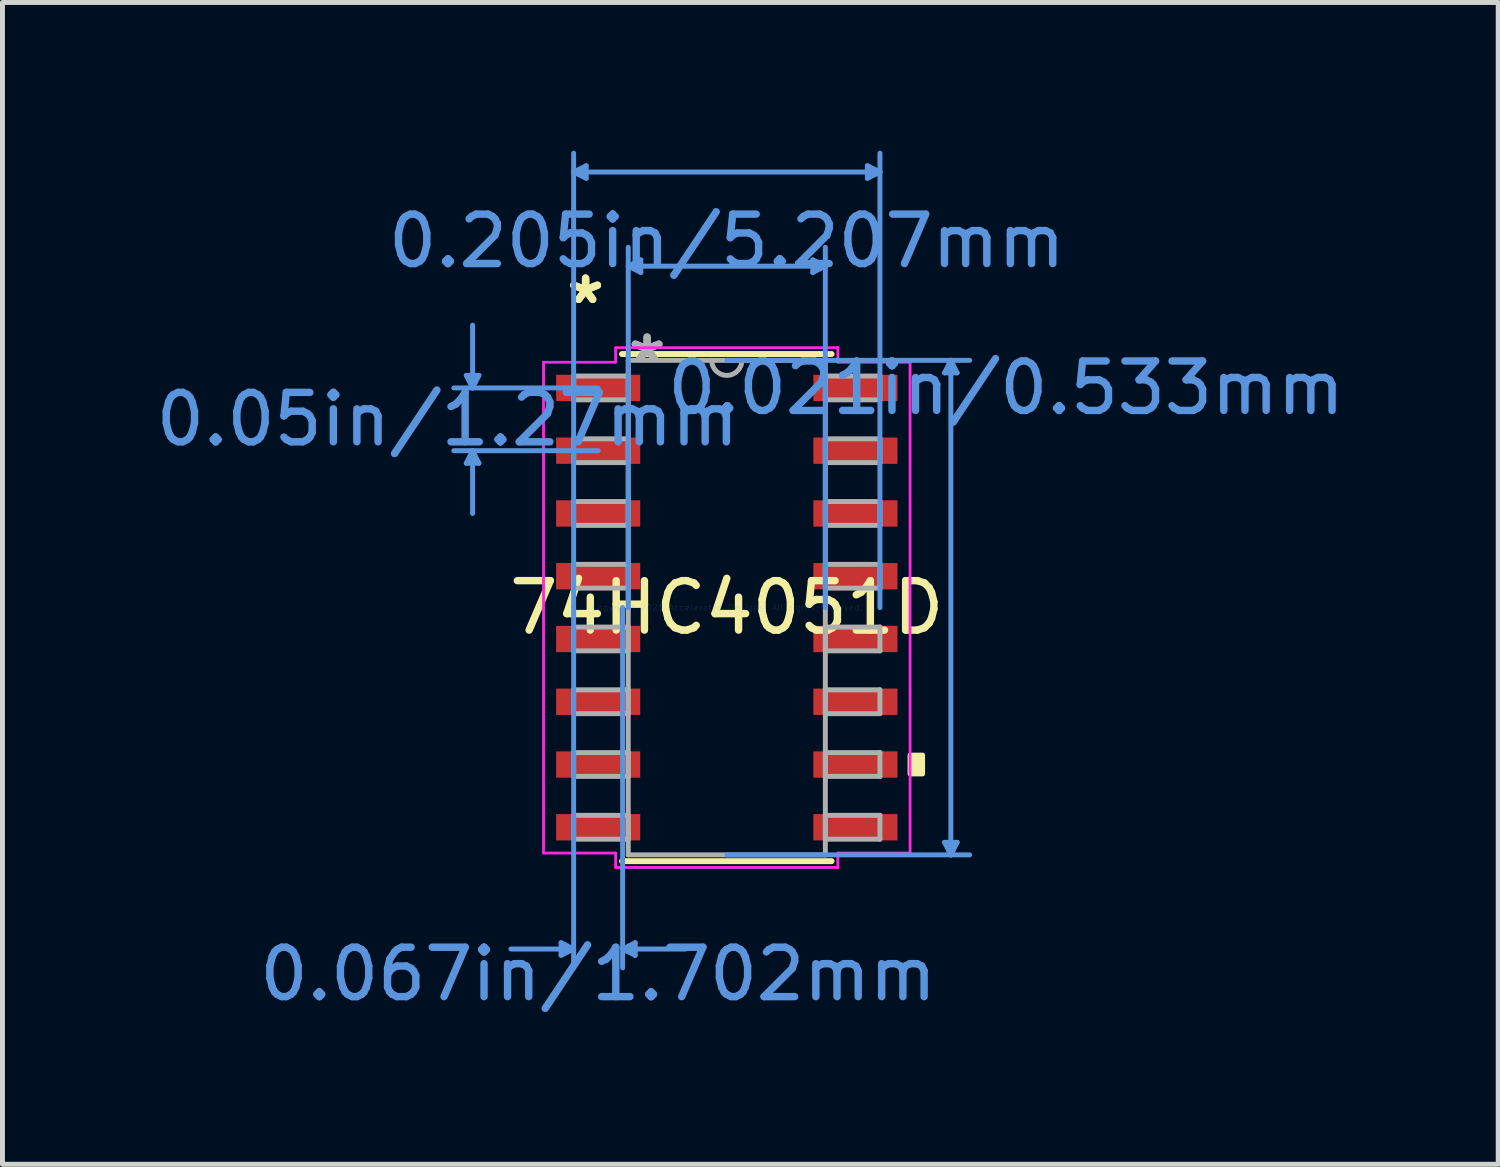
<source format=kicad_pcb>
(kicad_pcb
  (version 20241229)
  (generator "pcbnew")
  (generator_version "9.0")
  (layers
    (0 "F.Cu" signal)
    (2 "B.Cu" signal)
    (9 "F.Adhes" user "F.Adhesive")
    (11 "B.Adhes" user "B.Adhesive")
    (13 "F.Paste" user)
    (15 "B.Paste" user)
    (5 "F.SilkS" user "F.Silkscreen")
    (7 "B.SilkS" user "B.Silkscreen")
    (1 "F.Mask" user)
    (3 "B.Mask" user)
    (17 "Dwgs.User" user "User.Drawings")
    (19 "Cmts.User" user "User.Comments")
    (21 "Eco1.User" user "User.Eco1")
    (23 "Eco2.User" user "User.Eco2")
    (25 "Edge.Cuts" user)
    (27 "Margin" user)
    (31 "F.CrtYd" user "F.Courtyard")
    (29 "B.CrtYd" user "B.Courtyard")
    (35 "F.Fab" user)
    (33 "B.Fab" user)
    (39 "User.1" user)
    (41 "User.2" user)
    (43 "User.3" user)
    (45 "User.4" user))
  (footprint "74HC4051D"
    (layer "F.Cu")
    (at 11.657 9.245)
    (property "Reference" "74HC4051D" (at 0 0 0) (layer "F.SilkS") (effects (font (size 1 1) (thickness 0.15))))
    (attr through_hole)
    (fp_line (start -2.121 5.131) (end 2.121 5.131) (stroke (width 0.12) (type solid)) (layer "F.SilkS"))
    (fp_line (start 2.121 -5.131) (end -2.121 -5.131) (stroke (width 0.12) (type solid)) (layer "F.SilkS"))
    (fp_poly (pts (xy 3.962 2.985) (xy 3.962 3.365) (xy 3.708 3.365) (xy 3.708 2.985)) (stroke (width 0.1) (type solid)) (fill yes) (layer "F.SilkS"))
    (fp_line (start -5.271 -4.699) (end -5.016 -4.699) (stroke (width 0.1) (type solid)) (layer "Cmts.User"))
    (fp_line (start -5.271 -2.921) (end -5.016 -2.921) (stroke (width 0.1) (type solid)) (layer "Cmts.User"))
    (fp_line (start -5.144 -4.445) (end -5.271 -4.699) (stroke (width 0.1) (type solid)) (layer "Cmts.User"))
    (fp_line (start -5.144 -4.445) (end -5.144 -5.715) (stroke (width 0.1) (type solid)) (layer "Cmts.User"))
    (fp_line (start -5.144 -4.445) (end -5.016 -4.699) (stroke (width 0.1) (type solid)) (layer "Cmts.User"))
    (fp_line (start -5.144 -3.175) (end -5.271 -2.921) (stroke (width 0.1) (type solid)) (layer "Cmts.User"))
    (fp_line (start -5.144 -3.175) (end -5.144 -1.905) (stroke (width 0.1) (type solid)) (layer "Cmts.User"))
    (fp_line (start -5.144 -3.175) (end -5.016 -2.921) (stroke (width 0.1) (type solid)) (layer "Cmts.User"))
    (fp_line (start -3.353 6.782) (end -3.353 7.036) (stroke (width 0.1) (type solid)) (layer "Cmts.User"))
    (fp_line (start -3.099 -8.814) (end -2.845 -8.941) (stroke (width 0.1) (type solid)) (layer "Cmts.User"))
    (fp_line (start -3.099 -8.814) (end -2.845 -8.687) (stroke (width 0.1) (type solid)) (layer "Cmts.User"))
    (fp_line (start -3.099 -8.814) (end 3.099 -8.814) (stroke (width 0.1) (type solid)) (layer "Cmts.User"))
    (fp_line (start -3.099 0) (end -3.099 -9.195) (stroke (width 0.1) (type solid)) (layer "Cmts.User"))
    (fp_line (start -3.099 0) (end -3.099 7.29) (stroke (width 0.1) (type solid)) (layer "Cmts.User"))
    (fp_line (start -3.099 6.909) (end -4.369 6.909) (stroke (width 0.1) (type solid)) (layer "Cmts.User"))
    (fp_line (start -3.099 6.909) (end -3.353 6.782) (stroke (width 0.1) (type solid)) (layer "Cmts.User"))
    (fp_line (start -3.099 6.909) (end -3.353 7.036) (stroke (width 0.1) (type solid)) (layer "Cmts.User"))
    (fp_line (start -2.845 -8.941) (end -2.845 -8.687) (stroke (width 0.1) (type solid)) (layer "Cmts.User"))
    (fp_line (start -2.603 -4.445) (end -5.524 -4.445) (stroke (width 0.1) (type solid)) (layer "Cmts.User"))
    (fp_line (start -2.603 -3.175) (end -5.524 -3.175) (stroke (width 0.1) (type solid)) (layer "Cmts.User"))
    (fp_line (start -2.108 0) (end -2.108 7.29) (stroke (width 0.1) (type solid)) (layer "Cmts.User"))
    (fp_line (start -2.108 6.909) (end -1.854 6.782) (stroke (width 0.1) (type solid)) (layer "Cmts.User"))
    (fp_line (start -2.108 6.909) (end -1.854 7.036) (stroke (width 0.1) (type solid)) (layer "Cmts.User"))
    (fp_line (start -2.108 6.909) (end -0.838 6.909) (stroke (width 0.1) (type solid)) (layer "Cmts.User"))
    (fp_line (start -1.994 -6.909) (end -1.74 -7.036) (stroke (width 0.1) (type solid)) (layer "Cmts.User"))
    (fp_line (start -1.994 -6.909) (end -1.74 -6.782) (stroke (width 0.1) (type solid)) (layer "Cmts.User"))
    (fp_line (start -1.994 -6.909) (end 1.994 -6.909) (stroke (width 0.1) (type solid)) (layer "Cmts.User"))
    (fp_line (start -1.994 0) (end -1.994 -7.29) (stroke (width 0.1) (type solid)) (layer "Cmts.User"))
    (fp_line (start -1.854 6.782) (end -1.854 7.036) (stroke (width 0.1) (type solid)) (layer "Cmts.User"))
    (fp_line (start -1.74 -7.036) (end -1.74 -6.782) (stroke (width 0.1) (type solid)) (layer "Cmts.User"))
    (fp_line (start 0 -5.004) (end 4.915 -5.004) (stroke (width 0.1) (type solid)) (layer "Cmts.User"))
    (fp_line (start 0 5.004) (end 4.915 5.004) (stroke (width 0.1) (type solid)) (layer "Cmts.User"))
    (fp_line (start 1.74 -7.036) (end 1.74 -6.782) (stroke (width 0.1) (type solid)) (layer "Cmts.User"))
    (fp_line (start 1.994 -6.909) (end 1.74 -7.036) (stroke (width 0.1) (type solid)) (layer "Cmts.User"))
    (fp_line (start 1.994 -6.909) (end 1.74 -6.782) (stroke (width 0.1) (type solid)) (layer "Cmts.User"))
    (fp_line (start 1.994 0) (end 1.994 -7.29) (stroke (width 0.1) (type solid)) (layer "Cmts.User"))
    (fp_line (start 2.845 -8.941) (end 2.845 -8.687) (stroke (width 0.1) (type solid)) (layer "Cmts.User"))
    (fp_line (start 3.099 -8.814) (end 2.845 -8.941) (stroke (width 0.1) (type solid)) (layer "Cmts.User"))
    (fp_line (start 3.099 -8.814) (end 2.845 -8.687) (stroke (width 0.1) (type solid)) (layer "Cmts.User"))
    (fp_line (start 3.099 0) (end 3.099 -9.195) (stroke (width 0.1) (type solid)) (layer "Cmts.User"))
    (fp_line (start 4.407 -4.75) (end 4.661 -4.75) (stroke (width 0.1) (type solid)) (layer "Cmts.User"))
    (fp_line (start 4.407 4.75) (end 4.661 4.75) (stroke (width 0.1) (type solid)) (layer "Cmts.User"))
    (fp_line (start 4.534 -5.004) (end 4.407 -4.75) (stroke (width 0.1) (type solid)) (layer "Cmts.User"))
    (fp_line (start 4.534 -5.004) (end 4.534 5.004) (stroke (width 0.1) (type solid)) (layer "Cmts.User"))
    (fp_line (start 4.534 -5.004) (end 4.661 -4.75) (stroke (width 0.1) (type solid)) (layer "Cmts.User"))
    (fp_line (start 4.534 5.004) (end 4.407 4.75) (stroke (width 0.1) (type solid)) (layer "Cmts.User"))
    (fp_line (start 4.534 5.004) (end 4.661 4.75) (stroke (width 0.1) (type solid)) (layer "Cmts.User"))
    (fp_line (start -3.708 -4.966) (end -2.248 -4.966) (stroke (width 0.05) (type solid)) (layer "F.CrtYd"))
    (fp_line (start -3.708 -4.966) (end -2.248 -4.966) (stroke (width 0.05) (type solid)) (layer "F.CrtYd"))
    (fp_line (start -3.708 4.966) (end -3.708 -4.966) (stroke (width 0.05) (type solid)) (layer "F.CrtYd"))
    (fp_line (start -3.708 4.966) (end -3.708 -4.966) (stroke (width 0.05) (type solid)) (layer "F.CrtYd"))
    (fp_line (start -3.708 4.966) (end -2.248 4.966) (stroke (width 0.05) (type solid)) (layer "F.CrtYd"))
    (fp_line (start -2.248 -5.258) (end 2.248 -5.258) (stroke (width 0.05) (type solid)) (layer "F.CrtYd"))
    (fp_line (start -2.248 -5.258) (end 2.248 -5.258) (stroke (width 0.05) (type solid)) (layer "F.CrtYd"))
    (fp_line (start -2.248 -4.966) (end -2.248 -5.258) (stroke (width 0.05) (type solid)) (layer "F.CrtYd"))
    (fp_line (start -2.248 -4.966) (end -2.248 -5.258) (stroke (width 0.05) (type solid)) (layer "F.CrtYd"))
    (fp_line (start -2.248 4.966) (end -3.708 4.966) (stroke (width 0.05) (type solid)) (layer "F.CrtYd"))
    (fp_line (start -2.248 5.258) (end -2.248 4.966) (stroke (width 0.05) (type solid)) (layer "F.CrtYd"))
    (fp_line (start -2.248 5.258) (end -2.248 4.966) (stroke (width 0.05) (type solid)) (layer "F.CrtYd"))
    (fp_line (start 2.248 -5.258) (end 2.248 -4.966) (stroke (width 0.05) (type solid)) (layer "F.CrtYd"))
    (fp_line (start 2.248 -5.258) (end 2.248 -4.966) (stroke (width 0.05) (type solid)) (layer "F.CrtYd"))
    (fp_line (start 2.248 -4.966) (end 3.708 -4.966) (stroke (width 0.05) (type solid)) (layer "F.CrtYd"))
    (fp_line (start 2.248 4.966) (end 2.248 5.258) (stroke (width 0.05) (type solid)) (layer "F.CrtYd"))
    (fp_line (start 2.248 4.966) (end 2.248 5.258) (stroke (width 0.05) (type solid)) (layer "F.CrtYd"))
    (fp_line (start 2.248 5.258) (end -2.248 5.258) (stroke (width 0.05) (type solid)) (layer "F.CrtYd"))
    (fp_line (start 2.248 5.258) (end -2.248 5.258) (stroke (width 0.05) (type solid)) (layer "F.CrtYd"))
    (fp_line (start 3.708 -4.966) (end 2.248 -4.966) (stroke (width 0.05) (type solid)) (layer "F.CrtYd"))
    (fp_line (start 3.708 -4.966) (end 3.708 4.966) (stroke (width 0.05) (type solid)) (layer "F.CrtYd"))
    (fp_line (start 3.708 -4.966) (end 3.708 4.966) (stroke (width 0.05) (type solid)) (layer "F.CrtYd"))
    (fp_line (start 3.708 4.966) (end 2.248 4.966) (stroke (width 0.05) (type solid)) (layer "F.CrtYd"))
    (fp_line (start 3.708 4.966) (end 2.248 4.966) (stroke (width 0.05) (type solid)) (layer "F.CrtYd"))
    (fp_line (start -3.099 -4.686) (end -3.099 -4.204) (stroke (width 0.1) (type solid)) (layer "F.Fab"))
    (fp_line (start -3.099 -4.204) (end -1.994 -4.204) (stroke (width 0.1) (type solid)) (layer "F.Fab"))
    (fp_line (start -3.099 -3.416) (end -3.099 -2.934) (stroke (width 0.1) (type solid)) (layer "F.Fab"))
    (fp_line (start -3.099 -2.934) (end -1.994 -2.934) (stroke (width 0.1) (type solid)) (layer "F.Fab"))
    (fp_line (start -3.099 -2.146) (end -3.099 -1.664) (stroke (width 0.1) (type solid)) (layer "F.Fab"))
    (fp_line (start -3.099 -1.664) (end -1.994 -1.664) (stroke (width 0.1) (type solid)) (layer "F.Fab"))
    (fp_line (start -3.099 -0.876) (end -3.099 -0.394) (stroke (width 0.1) (type solid)) (layer "F.Fab"))
    (fp_line (start -3.099 -0.394) (end -1.994 -0.394) (stroke (width 0.1) (type solid)) (layer "F.Fab"))
    (fp_line (start -3.099 0.394) (end -3.099 0.876) (stroke (width 0.1) (type solid)) (layer "F.Fab"))
    (fp_line (start -3.099 0.876) (end -1.994 0.876) (stroke (width 0.1) (type solid)) (layer "F.Fab"))
    (fp_line (start -3.099 1.664) (end -3.099 2.146) (stroke (width 0.1) (type solid)) (layer "F.Fab"))
    (fp_line (start -3.099 2.146) (end -1.994 2.146) (stroke (width 0.1) (type solid)) (layer "F.Fab"))
    (fp_line (start -3.099 2.934) (end -3.099 3.416) (stroke (width 0.1) (type solid)) (layer "F.Fab"))
    (fp_line (start -3.099 3.416) (end -1.994 3.416) (stroke (width 0.1) (type solid)) (layer "F.Fab"))
    (fp_line (start -3.099 4.204) (end -3.099 4.686) (stroke (width 0.1) (type solid)) (layer "F.Fab"))
    (fp_line (start -3.099 4.686) (end -1.994 4.686) (stroke (width 0.1) (type solid)) (layer "F.Fab"))
    (fp_line (start -1.994 -5.004) (end -1.994 5.004) (stroke (width 0.1) (type solid)) (layer "F.Fab"))
    (fp_line (start -1.994 -4.686) (end -3.099 -4.686) (stroke (width 0.1) (type solid)) (layer "F.Fab"))
    (fp_line (start -1.994 -4.204) (end -1.994 -4.686) (stroke (width 0.1) (type solid)) (layer "F.Fab"))
    (fp_line (start -1.994 -3.416) (end -3.099 -3.416) (stroke (width 0.1) (type solid)) (layer "F.Fab"))
    (fp_line (start -1.994 -2.934) (end -1.994 -3.416) (stroke (width 0.1) (type solid)) (layer "F.Fab"))
    (fp_line (start -1.994 -2.146) (end -3.099 -2.146) (stroke (width 0.1) (type solid)) (layer "F.Fab"))
    (fp_line (start -1.994 -1.664) (end -1.994 -2.146) (stroke (width 0.1) (type solid)) (layer "F.Fab"))
    (fp_line (start -1.994 -0.876) (end -3.099 -0.876) (stroke (width 0.1) (type solid)) (layer "F.Fab"))
    (fp_line (start -1.994 -0.394) (end -1.994 -0.876) (stroke (width 0.1) (type solid)) (layer "F.Fab"))
    (fp_line (start -1.994 0.394) (end -3.099 0.394) (stroke (width 0.1) (type solid)) (layer "F.Fab"))
    (fp_line (start -1.994 0.876) (end -1.994 0.394) (stroke (width 0.1) (type solid)) (layer "F.Fab"))
    (fp_line (start -1.994 1.664) (end -3.099 1.664) (stroke (width 0.1) (type solid)) (layer "F.Fab"))
    (fp_line (start -1.994 2.146) (end -1.994 1.664) (stroke (width 0.1) (type solid)) (layer "F.Fab"))
    (fp_line (start -1.994 2.934) (end -3.099 2.934) (stroke (width 0.1) (type solid)) (layer "F.Fab"))
    (fp_line (start -1.994 3.416) (end -1.994 2.934) (stroke (width 0.1) (type solid)) (layer "F.Fab"))
    (fp_line (start -1.994 4.204) (end -3.099 4.204) (stroke (width 0.1) (type solid)) (layer "F.Fab"))
    (fp_line (start -1.994 4.686) (end -1.994 4.204) (stroke (width 0.1) (type solid)) (layer "F.Fab"))
    (fp_line (start -1.994 5.004) (end 1.994 5.004) (stroke (width 0.1) (type solid)) (layer "F.Fab"))
    (fp_line (start 1.994 -5.004) (end -1.994 -5.004) (stroke (width 0.1) (type solid)) (layer "F.Fab"))
    (fp_line (start 1.994 -4.686) (end 1.994 -4.204) (stroke (width 0.1) (type solid)) (layer "F.Fab"))
    (fp_line (start 1.994 -4.204) (end 3.099 -4.204) (stroke (width 0.1) (type solid)) (layer "F.Fab"))
    (fp_line (start 1.994 -3.416) (end 1.994 -2.934) (stroke (width 0.1) (type solid)) (layer "F.Fab"))
    (fp_line (start 1.994 -2.934) (end 3.099 -2.934) (stroke (width 0.1) (type solid)) (layer "F.Fab"))
    (fp_line (start 1.994 -2.146) (end 1.994 -1.664) (stroke (width 0.1) (type solid)) (layer "F.Fab"))
    (fp_line (start 1.994 -1.664) (end 3.099 -1.664) (stroke (width 0.1) (type solid)) (layer "F.Fab"))
    (fp_line (start 1.994 -0.876) (end 1.994 -0.394) (stroke (width 0.1) (type solid)) (layer "F.Fab"))
    (fp_line (start 1.994 -0.394) (end 3.099 -0.394) (stroke (width 0.1) (type solid)) (layer "F.Fab"))
    (fp_line (start 1.994 0.394) (end 1.994 0.876) (stroke (width 0.1) (type solid)) (layer "F.Fab"))
    (fp_line (start 1.994 0.876) (end 3.099 0.876) (stroke (width 0.1) (type solid)) (layer "F.Fab"))
    (fp_line (start 1.994 1.664) (end 1.994 2.146) (stroke (width 0.1) (type solid)) (layer "F.Fab"))
    (fp_line (start 1.994 2.146) (end 3.099 2.146) (stroke (width 0.1) (type solid)) (layer "F.Fab"))
    (fp_line (start 1.994 2.934) (end 1.994 3.416) (stroke (width 0.1) (type solid)) (layer "F.Fab"))
    (fp_line (start 1.994 3.416) (end 3.099 3.416) (stroke (width 0.1) (type solid)) (layer "F.Fab"))
    (fp_line (start 1.994 4.204) (end 1.994 4.686) (stroke (width 0.1) (type solid)) (layer "F.Fab"))
    (fp_line (start 1.994 4.686) (end 3.099 4.686) (stroke (width 0.1) (type solid)) (layer "F.Fab"))
    (fp_line (start 1.994 5.004) (end 1.994 -5.004) (stroke (width 0.1) (type solid)) (layer "F.Fab"))
    (fp_line (start 3.099 -4.686) (end 1.994 -4.686) (stroke (width 0.1) (type solid)) (layer "F.Fab"))
    (fp_line (start 3.099 -4.204) (end 3.099 -4.686) (stroke (width 0.1) (type solid)) (layer "F.Fab"))
    (fp_line (start 3.099 -3.416) (end 1.994 -3.416) (stroke (width 0.1) (type solid)) (layer "F.Fab"))
    (fp_line (start 3.099 -2.934) (end 3.099 -3.416) (stroke (width 0.1) (type solid)) (layer "F.Fab"))
    (fp_line (start 3.099 -2.146) (end 1.994 -2.146) (stroke (width 0.1) (type solid)) (layer "F.Fab"))
    (fp_line (start 3.099 -1.664) (end 3.099 -2.146) (stroke (width 0.1) (type solid)) (layer "F.Fab"))
    (fp_line (start 3.099 -0.876) (end 1.994 -0.876) (stroke (width 0.1) (type solid)) (layer "F.Fab"))
    (fp_line (start 3.099 -0.394) (end 3.099 -0.876) (stroke (width 0.1) (type solid)) (layer "F.Fab"))
    (fp_line (start 3.099 0.394) (end 1.994 0.394) (stroke (width 0.1) (type solid)) (layer "F.Fab"))
    (fp_line (start 3.099 0.876) (end 3.099 0.394) (stroke (width 0.1) (type solid)) (layer "F.Fab"))
    (fp_line (start 3.099 1.664) (end 1.994 1.664) (stroke (width 0.1) (type solid)) (layer "F.Fab"))
    (fp_line (start 3.099 2.146) (end 3.099 1.664) (stroke (width 0.1) (type solid)) (layer "F.Fab"))
    (fp_line (start 3.099 2.934) (end 1.994 2.934) (stroke (width 0.1) (type solid)) (layer "F.Fab"))
    (fp_line (start 3.099 3.416) (end 3.099 2.934) (stroke (width 0.1) (type solid)) (layer "F.Fab"))
    (fp_line (start 3.099 4.204) (end 1.994 4.204) (stroke (width 0.1) (type solid)) (layer "F.Fab"))
    (fp_line (start 3.099 4.686) (end 3.099 4.204) (stroke (width 0.1) (type solid)) (layer "F.Fab"))
    (fp_arc (start 0.3048 -5.0038) (mid 0 -4.699) (end -0.3048 -5.0038) (stroke (width 0.1) (type solid)) (layer "F.Fab"))
    (fp_text user "*" (at -2.857 -6.121 0) (layer "F.SilkS") (effects (font (size 1 1) (thickness 0.15))))
    (fp_text user "*" (at -2.857 -6.121 0) (layer "F.SilkS") (effects (font (size 1 1) (thickness 0.15))))
    (fp_text user "0.021in/0.533mm" (at 5.652 -4.445 0) (layer "Cmts.User") (effects (font (size 1 1) (thickness 0.15))))
    (fp_text user "0.205in/5.207mm" (at 0 -7.417 0) (layer "Cmts.User") (effects (font (size 1 1) (thickness 0.15))))
    (fp_text user "Copyright 2021 Accelerated Designs. All rights reserved." (at 0 0 0) (layer "Cmts.User") (effects (font (size 0.127 0.127) (thickness 0.002))))
    (fp_text user "0.067in/1.702mm" (at -2.603 7.417 0) (layer "Cmts.User") (effects (font (size 1 1) (thickness 0.15))))
    (fp_text user "0.05in/1.27mm" (at -5.652 -3.81 0) (layer "Cmts.User") (effects (font (size 1 1) (thickness 0.15))))
    (fp_text user "*" (at -1.613 -4.928 0) (layer "F.Fab") (effects (font (size 1 1) (thickness 0.15))))
    (fp_text user "*" (at -1.613 -4.928 0) (layer "F.Fab") (effects (font (size 1 1) (thickness 0.15))))
    (pad "1" smd rect (at -2.603 -4.445) (size 1.702 0.533) (layers "F.Cu" "F.Mask" "F.Paste"))
    (pad "2" smd rect (at -2.603 -3.175) (size 1.702 0.533) (layers "F.Cu" "F.Mask" "F.Paste"))
    (pad "3" smd rect (at -2.603 -1.905) (size 1.702 0.533) (layers "F.Cu" "F.Mask" "F.Paste"))
    (pad "4" smd rect (at -2.603 -0.635) (size 1.702 0.533) (layers "F.Cu" "F.Mask" "F.Paste"))
    (pad "5" smd rect (at -2.603 0.635) (size 1.702 0.533) (layers "F.Cu" "F.Mask" "F.Paste"))
    (pad "6" smd rect (at -2.603 1.905) (size 1.702 0.533) (layers "F.Cu" "F.Mask" "F.Paste"))
    (pad "7" smd rect (at -2.603 3.175) (size 1.702 0.533) (layers "F.Cu" "F.Mask" "F.Paste"))
    (pad "8" smd rect (at -2.603 4.445) (size 1.702 0.533) (layers "F.Cu" "F.Mask" "F.Paste"))
    (pad "9" smd rect (at 2.603 4.445) (size 1.702 0.533) (layers "F.Cu" "F.Mask" "F.Paste"))
    (pad "10" smd rect (at 2.603 3.175) (size 1.702 0.533) (layers "F.Cu" "F.Mask" "F.Paste"))
    (pad "11" smd rect (at 2.603 1.905) (size 1.702 0.533) (layers "F.Cu" "F.Mask" "F.Paste"))
    (pad "12" smd rect (at 2.603 0.635) (size 1.702 0.533) (layers "F.Cu" "F.Mask" "F.Paste"))
    (pad "13" smd rect (at 2.603 -0.635) (size 1.702 0.533) (layers "F.Cu" "F.Mask" "F.Paste"))
    (pad "14" smd rect (at 2.603 -1.905) (size 1.702 0.533) (layers "F.Cu" "F.Mask" "F.Paste"))
    (pad "15" smd rect (at 2.603 -3.175) (size 1.702 0.533) (layers "F.Cu" "F.Mask" "F.Paste"))
    (pad "16" smd rect (at 2.603 -4.445) (size 1.702 0.533) (layers "F.Cu" "F.Mask" "F.Paste")))
  (gr_rect
    (start -3 -3)
    (end 27.267 20.51)
    (stroke (width 0.1) (type default))
    (fill no)
    (layer "Edge.Cuts")))
</source>
